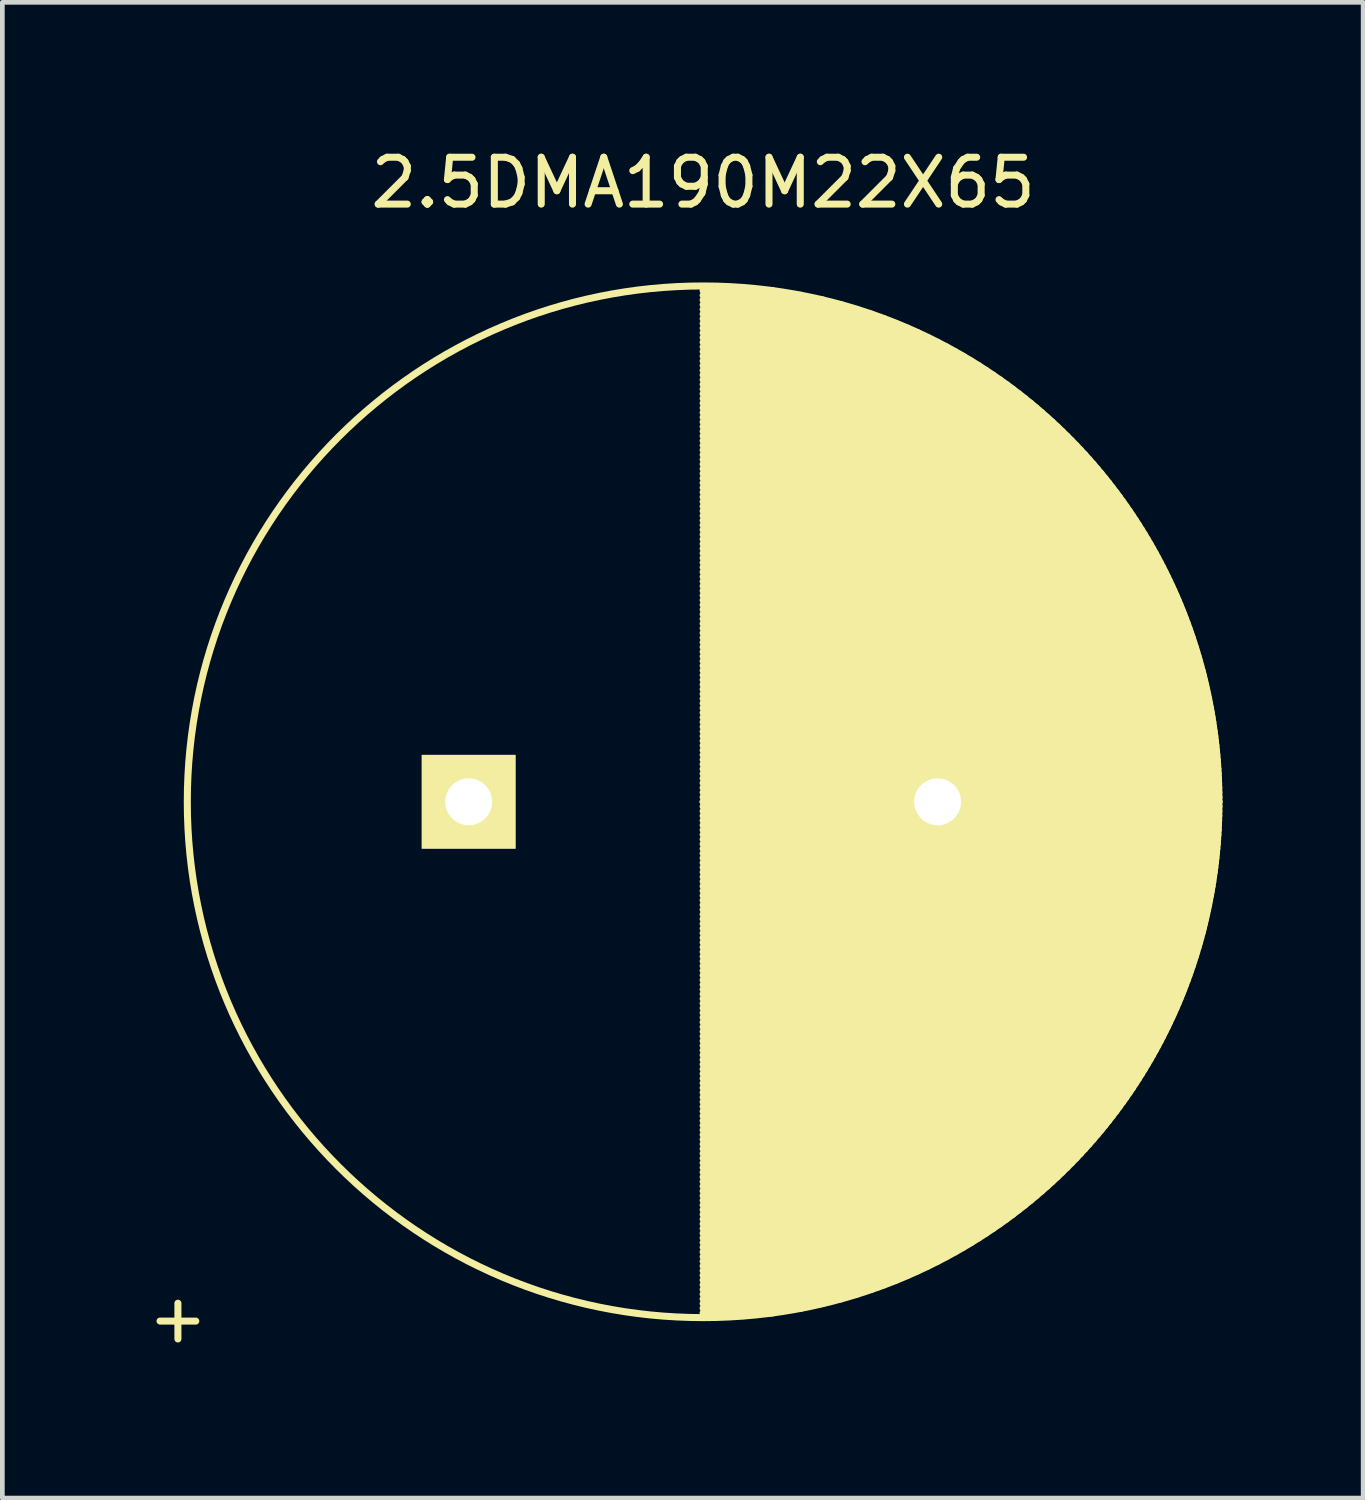
<source format=kicad_pcb>
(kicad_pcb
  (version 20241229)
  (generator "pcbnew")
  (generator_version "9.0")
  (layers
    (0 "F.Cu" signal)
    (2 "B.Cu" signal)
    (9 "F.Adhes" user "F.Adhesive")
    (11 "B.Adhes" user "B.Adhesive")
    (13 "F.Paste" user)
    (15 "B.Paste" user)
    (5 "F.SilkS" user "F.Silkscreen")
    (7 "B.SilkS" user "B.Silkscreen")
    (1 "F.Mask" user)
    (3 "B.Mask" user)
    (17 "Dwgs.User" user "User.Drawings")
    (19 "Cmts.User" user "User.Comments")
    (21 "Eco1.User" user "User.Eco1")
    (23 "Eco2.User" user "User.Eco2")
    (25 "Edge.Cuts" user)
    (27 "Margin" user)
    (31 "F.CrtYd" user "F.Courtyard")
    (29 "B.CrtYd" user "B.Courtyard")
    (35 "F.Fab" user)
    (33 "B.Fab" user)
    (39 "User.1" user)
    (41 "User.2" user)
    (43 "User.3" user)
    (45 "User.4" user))
  (footprint "2.5DMA190M22X65"
    (layer "F.Cu")
    (at 6.944 14.048)
    (property "Reference" "2.5DMA190M22X65" (at 5 -13.2 0) (layer "F.SilkS") (effects (font (size 1 1) (thickness 0.15))))
    (attr through_hole)
    (fp_line (start 5 -10.9) (end 6.48 -10.9) (stroke (width 0.15) (type solid)) (layer "F.SilkS"))
    (fp_line (start 5 -10.8) (end 7.088 -10.8) (stroke (width 0.15) (type solid)) (layer "F.SilkS"))
    (fp_line (start 5 -10.7) (end 7.551 -10.7) (stroke (width 0.15) (type solid)) (layer "F.SilkS"))
    (fp_line (start 5 -10.6) (end 7.939 -10.6) (stroke (width 0.15) (type solid)) (layer "F.SilkS"))
    (fp_line (start 5 -10.5) (end 8.279 -10.5) (stroke (width 0.15) (type solid)) (layer "F.SilkS"))
    (fp_line (start 5 -10.4) (end 8.583 -10.4) (stroke (width 0.15) (type solid)) (layer "F.SilkS"))
    (fp_line (start 5 -10.3) (end 8.861 -10.3) (stroke (width 0.15) (type solid)) (layer "F.SilkS"))
    (fp_line (start 5 -10.2) (end 9.118 -10.2) (stroke (width 0.15) (type solid)) (layer "F.SilkS"))
    (fp_line (start 5 -10.1) (end 9.358 -10.1) (stroke (width 0.15) (type solid)) (layer "F.SilkS"))
    (fp_line (start 5 -10) (end 9.583 -10) (stroke (width 0.15) (type solid)) (layer "F.SilkS"))
    (fp_line (start 5 -9.9) (end 9.795 -9.9) (stroke (width 0.15) (type solid)) (layer "F.SilkS"))
    (fp_line (start 5 -9.8) (end 9.996 -9.8) (stroke (width 0.15) (type solid)) (layer "F.SilkS"))
    (fp_line (start 5 -9.7) (end 10.187 -9.7) (stroke (width 0.15) (type solid)) (layer "F.SilkS"))
    (fp_line (start 5 -9.6) (end 10.37 -9.6) (stroke (width 0.15) (type solid)) (layer "F.SilkS"))
    (fp_line (start 5 -9.5) (end 10.545 -9.5) (stroke (width 0.15) (type solid)) (layer "F.SilkS"))
    (fp_line (start 5 -9.4) (end 10.713 -9.4) (stroke (width 0.15) (type solid)) (layer "F.SilkS"))
    (fp_line (start 5 -9.3) (end 10.875 -9.3) (stroke (width 0.15) (type solid)) (layer "F.SilkS"))
    (fp_line (start 5 -9.2) (end 11.03 -9.2) (stroke (width 0.15) (type solid)) (layer "F.SilkS"))
    (fp_line (start 5 -9.1) (end 11.18 -9.1) (stroke (width 0.15) (type solid)) (layer "F.SilkS"))
    (fp_line (start 5 -9) (end 11.325 -9) (stroke (width 0.15) (type solid)) (layer "F.SilkS"))
    (fp_line (start 5 -8.9) (end 11.465 -8.9) (stroke (width 0.15) (type solid)) (layer "F.SilkS"))
    (fp_line (start 5 -8.8) (end 11.6 -8.8) (stroke (width 0.15) (type solid)) (layer "F.SilkS"))
    (fp_line (start 5 -8.7) (end 11.731 -8.7) (stroke (width 0.15) (type solid)) (layer "F.SilkS"))
    (fp_line (start 5 -8.6) (end 11.859 -8.6) (stroke (width 0.15) (type solid)) (layer "F.SilkS"))
    (fp_line (start 5 -8.5) (end 11.982 -8.5) (stroke (width 0.15) (type solid)) (layer "F.SilkS"))
    (fp_line (start 5 -8.4) (end 12.102 -8.4) (stroke (width 0.15) (type solid)) (layer "F.SilkS"))
    (fp_line (start 5 -8.3) (end 12.219 -8.3) (stroke (width 0.15) (type solid)) (layer "F.SilkS"))
    (fp_line (start 5 -8.2) (end 12.332 -8.2) (stroke (width 0.15) (type solid)) (layer "F.SilkS"))
    (fp_line (start 5 -8.1) (end 12.442 -8.1) (stroke (width 0.15) (type solid)) (layer "F.SilkS"))
    (fp_line (start 5 -8) (end 12.55 -8) (stroke (width 0.15) (type solid)) (layer "F.SilkS"))
    (fp_line (start 5 -7.9) (end 12.654 -7.9) (stroke (width 0.15) (type solid)) (layer "F.SilkS"))
    (fp_line (start 5 -7.8) (end 12.756 -7.8) (stroke (width 0.15) (type solid)) (layer "F.SilkS"))
    (fp_line (start 5 -7.7) (end 12.856 -7.7) (stroke (width 0.15) (type solid)) (layer "F.SilkS"))
    (fp_line (start 5 -7.6) (end 12.952 -7.6) (stroke (width 0.15) (type solid)) (layer "F.SilkS"))
    (fp_line (start 5 -7.5) (end 13.047 -7.5) (stroke (width 0.15) (type solid)) (layer "F.SilkS"))
    (fp_line (start 5 -7.4) (end 13.139 -7.4) (stroke (width 0.15) (type solid)) (layer "F.SilkS"))
    (fp_line (start 5 -7.3) (end 13.229 -7.3) (stroke (width 0.15) (type solid)) (layer "F.SilkS"))
    (fp_line (start 5 -7.2) (end 13.316 -7.2) (stroke (width 0.15) (type solid)) (layer "F.SilkS"))
    (fp_line (start 5 -7.1) (end 13.402 -7.1) (stroke (width 0.15) (type solid)) (layer "F.SilkS"))
    (fp_line (start 5 -7) (end 13.485 -7) (stroke (width 0.15) (type solid)) (layer "F.SilkS"))
    (fp_line (start 5 -6.9) (end 13.567 -6.9) (stroke (width 0.15) (type solid)) (layer "F.SilkS"))
    (fp_line (start 5 -6.8) (end 13.646 -6.8) (stroke (width 0.15) (type solid)) (layer "F.SilkS"))
    (fp_line (start 5 -6.7) (end 13.724 -6.7) (stroke (width 0.15) (type solid)) (layer "F.SilkS"))
    (fp_line (start 5 -6.6) (end 13.8 -6.6) (stroke (width 0.15) (type solid)) (layer "F.SilkS"))
    (fp_line (start 5 -6.5) (end 13.874 -6.5) (stroke (width 0.15) (type solid)) (layer "F.SilkS"))
    (fp_line (start 5 -6.4) (end 13.947 -6.4) (stroke (width 0.15) (type solid)) (layer "F.SilkS"))
    (fp_line (start 5 -6.3) (end 14.017 -6.3) (stroke (width 0.15) (type solid)) (layer "F.SilkS"))
    (fp_line (start 5 -6.2) (end 14.086 -6.2) (stroke (width 0.15) (type solid)) (layer "F.SilkS"))
    (fp_line (start 5 -6.1) (end 14.154 -6.1) (stroke (width 0.15) (type solid)) (layer "F.SilkS"))
    (fp_line (start 5 -6) (end 14.22 -6) (stroke (width 0.15) (type solid)) (layer "F.SilkS"))
    (fp_line (start 5 -5.9) (end 14.284 -5.9) (stroke (width 0.15) (type solid)) (layer "F.SilkS"))
    (fp_line (start 5 -5.8) (end 14.347 -5.8) (stroke (width 0.15) (type solid)) (layer "F.SilkS"))
    (fp_line (start 5 -5.7) (end 14.408 -5.7) (stroke (width 0.15) (type solid)) (layer "F.SilkS"))
    (fp_line (start 5 -5.6) (end 14.468 -5.6) (stroke (width 0.15) (type solid)) (layer "F.SilkS"))
    (fp_line (start 5 -5.5) (end 14.526 -5.5) (stroke (width 0.15) (type solid)) (layer "F.SilkS"))
    (fp_line (start 5 -5.4) (end 14.583 -5.4) (stroke (width 0.15) (type solid)) (layer "F.SilkS"))
    (fp_line (start 5 -5.3) (end 14.639 -5.3) (stroke (width 0.15) (type solid)) (layer "F.SilkS"))
    (fp_line (start 5 -5.2) (end 14.693 -5.2) (stroke (width 0.15) (type solid)) (layer "F.SilkS"))
    (fp_line (start 5 -5.1) (end 14.746 -5.1) (stroke (width 0.15) (type solid)) (layer "F.SilkS"))
    (fp_line (start 5 -5) (end 14.798 -5) (stroke (width 0.15) (type solid)) (layer "F.SilkS"))
    (fp_line (start 5 -4.9) (end 14.848 -4.9) (stroke (width 0.15) (type solid)) (layer "F.SilkS"))
    (fp_line (start 5 -4.8) (end 14.897 -4.8) (stroke (width 0.15) (type solid)) (layer "F.SilkS"))
    (fp_line (start 5 -4.7) (end 14.945 -4.7) (stroke (width 0.15) (type solid)) (layer "F.SilkS"))
    (fp_line (start 5 -4.6) (end 14.992 -4.6) (stroke (width 0.15) (type solid)) (layer "F.SilkS"))
    (fp_line (start 5 -4.5) (end 15.037 -4.5) (stroke (width 0.15) (type solid)) (layer "F.SilkS"))
    (fp_line (start 5 -4.4) (end 15.082 -4.4) (stroke (width 0.15) (type solid)) (layer "F.SilkS"))
    (fp_line (start 5 -4.3) (end 15.125 -4.3) (stroke (width 0.15) (type solid)) (layer "F.SilkS"))
    (fp_line (start 5 -4.2) (end 15.167 -4.2) (stroke (width 0.15) (type solid)) (layer "F.SilkS"))
    (fp_line (start 5 -4.1) (end 15.207 -4.1) (stroke (width 0.15) (type solid)) (layer "F.SilkS"))
    (fp_line (start 5 -4) (end 15.247 -4) (stroke (width 0.15) (type solid)) (layer "F.SilkS"))
    (fp_line (start 5 -3.9) (end 15.285 -3.9) (stroke (width 0.15) (type solid)) (layer "F.SilkS"))
    (fp_line (start 5 -3.8) (end 15.323 -3.8) (stroke (width 0.15) (type solid)) (layer "F.SilkS"))
    (fp_line (start 5 -3.7) (end 15.359 -3.7) (stroke (width 0.15) (type solid)) (layer "F.SilkS"))
    (fp_line (start 5 -3.6) (end 15.394 -3.6) (stroke (width 0.15) (type solid)) (layer "F.SilkS"))
    (fp_line (start 5 -3.5) (end 15.428 -3.5) (stroke (width 0.15) (type solid)) (layer "F.SilkS"))
    (fp_line (start 5 -3.4) (end 15.461 -3.4) (stroke (width 0.15) (type solid)) (layer "F.SilkS"))
    (fp_line (start 5 -3.3) (end 15.493 -3.3) (stroke (width 0.15) (type solid)) (layer "F.SilkS"))
    (fp_line (start 5 -3.2) (end 15.524 -3.2) (stroke (width 0.15) (type solid)) (layer "F.SilkS"))
    (fp_line (start 5 -3.1) (end 15.554 -3.1) (stroke (width 0.15) (type solid)) (layer "F.SilkS"))
    (fp_line (start 5 -3) (end 15.583 -3) (stroke (width 0.15) (type solid)) (layer "F.SilkS"))
    (fp_line (start 5 -2.9) (end 15.611 -2.9) (stroke (width 0.15) (type solid)) (layer "F.SilkS"))
    (fp_line (start 5 -2.8) (end 15.638 -2.8) (stroke (width 0.15) (type solid)) (layer "F.SilkS"))
    (fp_line (start 5 -2.7) (end 15.663 -2.7) (stroke (width 0.15) (type solid)) (layer "F.SilkS"))
    (fp_line (start 5 -2.6) (end 15.688 -2.6) (stroke (width 0.15) (type solid)) (layer "F.SilkS"))
    (fp_line (start 5 -2.5) (end 15.712 -2.5) (stroke (width 0.15) (type solid)) (layer "F.SilkS"))
    (fp_line (start 5 -2.4) (end 15.735 -2.4) (stroke (width 0.15) (type solid)) (layer "F.SilkS"))
    (fp_line (start 5 -2.3) (end 15.757 -2.3) (stroke (width 0.15) (type solid)) (layer "F.SilkS"))
    (fp_line (start 5 -2.2) (end 15.778 -2.2) (stroke (width 0.15) (type solid)) (layer "F.SilkS"))
    (fp_line (start 5 -2.1) (end 15.798 -2.1) (stroke (width 0.15) (type solid)) (layer "F.SilkS"))
    (fp_line (start 5 -2) (end 15.817 -2) (stroke (width 0.15) (type solid)) (layer "F.SilkS"))
    (fp_line (start 5 -1.9) (end 15.835 -1.9) (stroke (width 0.15) (type solid)) (layer "F.SilkS"))
    (fp_line (start 5 -1.8) (end 15.852 -1.8) (stroke (width 0.15) (type solid)) (layer "F.SilkS"))
    (fp_line (start 5 -1.7) (end 15.868 -1.7) (stroke (width 0.15) (type solid)) (layer "F.SilkS"))
    (fp_line (start 5 -1.6) (end 15.883 -1.6) (stroke (width 0.15) (type solid)) (layer "F.SilkS"))
    (fp_line (start 5 -1.5) (end 15.897 -1.5) (stroke (width 0.15) (type solid)) (layer "F.SilkS"))
    (fp_line (start 5 -1.4) (end 15.911 -1.4) (stroke (width 0.15) (type solid)) (layer "F.SilkS"))
    (fp_line (start 5 -1.3) (end 15.923 -1.3) (stroke (width 0.15) (type solid)) (layer "F.SilkS"))
    (fp_line (start 5 -1.2) (end 15.934 -1.2) (stroke (width 0.15) (type solid)) (layer "F.SilkS"))
    (fp_line (start 5 -1.1) (end 15.945 -1.1) (stroke (width 0.15) (type solid)) (layer "F.SilkS"))
    (fp_line (start 5 -1) (end 15.954 -1) (stroke (width 0.15) (type solid)) (layer "F.SilkS"))
    (fp_line (start 5 -0.9) (end 15.963 -0.9) (stroke (width 0.15) (type solid)) (layer "F.SilkS"))
    (fp_line (start 5 -0.8) (end 15.971 -0.8) (stroke (width 0.15) (type solid)) (layer "F.SilkS"))
    (fp_line (start 5 -0.7) (end 15.978 -0.7) (stroke (width 0.15) (type solid)) (layer "F.SilkS"))
    (fp_line (start 5 -0.6) (end 15.984 -0.6) (stroke (width 0.15) (type solid)) (layer "F.SilkS"))
    (fp_line (start 5 -0.5) (end 15.989 -0.5) (stroke (width 0.15) (type solid)) (layer "F.SilkS"))
    (fp_line (start 5 -0.4) (end 15.993 -0.4) (stroke (width 0.15) (type solid)) (layer "F.SilkS"))
    (fp_line (start 5 -0.3) (end 15.996 -0.3) (stroke (width 0.15) (type solid)) (layer "F.SilkS"))
    (fp_line (start 5 -0.2) (end 15.998 -0.2) (stroke (width 0.15) (type solid)) (layer "F.SilkS"))
    (fp_line (start 5 -0.1) (end 16 -0.1) (stroke (width 0.15) (type solid)) (layer "F.SilkS"))
    (fp_line (start 5 0) (end 16 0) (stroke (width 0.15) (type solid)) (layer "F.SilkS"))
    (fp_line (start 5 0) (end 16 0) (stroke (width 0.15) (type solid)) (layer "F.SilkS"))
    (fp_line (start 5 0.1) (end 16 0.1) (stroke (width 0.15) (type solid)) (layer "F.SilkS"))
    (fp_line (start 5 0.2) (end 15.998 0.2) (stroke (width 0.15) (type solid)) (layer "F.SilkS"))
    (fp_line (start 5 0.3) (end 15.996 0.3) (stroke (width 0.15) (type solid)) (layer "F.SilkS"))
    (fp_line (start 5 0.4) (end 15.993 0.4) (stroke (width 0.15) (type solid)) (layer "F.SilkS"))
    (fp_line (start 5 0.5) (end 15.989 0.5) (stroke (width 0.15) (type solid)) (layer "F.SilkS"))
    (fp_line (start 5 0.6) (end 15.984 0.6) (stroke (width 0.15) (type solid)) (layer "F.SilkS"))
    (fp_line (start 5 0.7) (end 15.978 0.7) (stroke (width 0.15) (type solid)) (layer "F.SilkS"))
    (fp_line (start 5 0.8) (end 15.971 0.8) (stroke (width 0.15) (type solid)) (layer "F.SilkS"))
    (fp_line (start 5 0.9) (end 15.963 0.9) (stroke (width 0.15) (type solid)) (layer "F.SilkS"))
    (fp_line (start 5 1) (end 15.954 1) (stroke (width 0.15) (type solid)) (layer "F.SilkS"))
    (fp_line (start 5 1.1) (end 15.945 1.1) (stroke (width 0.15) (type solid)) (layer "F.SilkS"))
    (fp_line (start 5 1.2) (end 15.934 1.2) (stroke (width 0.15) (type solid)) (layer "F.SilkS"))
    (fp_line (start 5 1.3) (end 15.923 1.3) (stroke (width 0.15) (type solid)) (layer "F.SilkS"))
    (fp_line (start 5 1.4) (end 15.911 1.4) (stroke (width 0.15) (type solid)) (layer "F.SilkS"))
    (fp_line (start 5 1.5) (end 15.897 1.5) (stroke (width 0.15) (type solid)) (layer "F.SilkS"))
    (fp_line (start 5 1.6) (end 15.883 1.6) (stroke (width 0.15) (type solid)) (layer "F.SilkS"))
    (fp_line (start 5 1.7) (end 15.868 1.7) (stroke (width 0.15) (type solid)) (layer "F.SilkS"))
    (fp_line (start 5 1.8) (end 15.852 1.8) (stroke (width 0.15) (type solid)) (layer "F.SilkS"))
    (fp_line (start 5 1.9) (end 15.835 1.9) (stroke (width 0.15) (type solid)) (layer "F.SilkS"))
    (fp_line (start 5 2) (end 15.817 2) (stroke (width 0.15) (type solid)) (layer "F.SilkS"))
    (fp_line (start 5 2.1) (end 15.798 2.1) (stroke (width 0.15) (type solid)) (layer "F.SilkS"))
    (fp_line (start 5 2.2) (end 15.778 2.2) (stroke (width 0.15) (type solid)) (layer "F.SilkS"))
    (fp_line (start 5 2.3) (end 15.757 2.3) (stroke (width 0.15) (type solid)) (layer "F.SilkS"))
    (fp_line (start 5 2.4) (end 15.735 2.4) (stroke (width 0.15) (type solid)) (layer "F.SilkS"))
    (fp_line (start 5 2.5) (end 15.712 2.5) (stroke (width 0.15) (type solid)) (layer "F.SilkS"))
    (fp_line (start 5 2.6) (end 15.688 2.6) (stroke (width 0.15) (type solid)) (layer "F.SilkS"))
    (fp_line (start 5 2.7) (end 15.663 2.7) (stroke (width 0.15) (type solid)) (layer "F.SilkS"))
    (fp_line (start 5 2.8) (end 15.638 2.8) (stroke (width 0.15) (type solid)) (layer "F.SilkS"))
    (fp_line (start 5 2.9) (end 15.611 2.9) (stroke (width 0.15) (type solid)) (layer "F.SilkS"))
    (fp_line (start 5 3) (end 15.583 3) (stroke (width 0.15) (type solid)) (layer "F.SilkS"))
    (fp_line (start 5 3.1) (end 15.554 3.1) (stroke (width 0.15) (type solid)) (layer "F.SilkS"))
    (fp_line (start 5 3.2) (end 15.524 3.2) (stroke (width 0.15) (type solid)) (layer "F.SilkS"))
    (fp_line (start 5 3.3) (end 15.493 3.3) (stroke (width 0.15) (type solid)) (layer "F.SilkS"))
    (fp_line (start 5 3.4) (end 15.461 3.4) (stroke (width 0.15) (type solid)) (layer "F.SilkS"))
    (fp_line (start 5 3.5) (end 15.428 3.5) (stroke (width 0.15) (type solid)) (layer "F.SilkS"))
    (fp_line (start 5 3.6) (end 15.394 3.6) (stroke (width 0.15) (type solid)) (layer "F.SilkS"))
    (fp_line (start 5 3.7) (end 15.359 3.7) (stroke (width 0.15) (type solid)) (layer "F.SilkS"))
    (fp_line (start 5 3.8) (end 15.323 3.8) (stroke (width 0.15) (type solid)) (layer "F.SilkS"))
    (fp_line (start 5 3.9) (end 15.285 3.9) (stroke (width 0.15) (type solid)) (layer "F.SilkS"))
    (fp_line (start 5 4) (end 15.247 4) (stroke (width 0.15) (type solid)) (layer "F.SilkS"))
    (fp_line (start 5 4.1) (end 15.207 4.1) (stroke (width 0.15) (type solid)) (layer "F.SilkS"))
    (fp_line (start 5 4.2) (end 15.167 4.2) (stroke (width 0.15) (type solid)) (layer "F.SilkS"))
    (fp_line (start 5 4.3) (end 15.125 4.3) (stroke (width 0.15) (type solid)) (layer "F.SilkS"))
    (fp_line (start 5 4.4) (end 15.082 4.4) (stroke (width 0.15) (type solid)) (layer "F.SilkS"))
    (fp_line (start 5 4.5) (end 15.037 4.5) (stroke (width 0.15) (type solid)) (layer "F.SilkS"))
    (fp_line (start 5 4.6) (end 14.992 4.6) (stroke (width 0.15) (type solid)) (layer "F.SilkS"))
    (fp_line (start 5 4.7) (end 14.945 4.7) (stroke (width 0.15) (type solid)) (layer "F.SilkS"))
    (fp_line (start 5 4.8) (end 14.897 4.8) (stroke (width 0.15) (type solid)) (layer "F.SilkS"))
    (fp_line (start 5 4.9) (end 14.848 4.9) (stroke (width 0.15) (type solid)) (layer "F.SilkS"))
    (fp_line (start 5 5) (end 14.798 5) (stroke (width 0.15) (type solid)) (layer "F.SilkS"))
    (fp_line (start 5 5.1) (end 14.746 5.1) (stroke (width 0.15) (type solid)) (layer "F.SilkS"))
    (fp_line (start 5 5.2) (end 14.693 5.2) (stroke (width 0.15) (type solid)) (layer "F.SilkS"))
    (fp_line (start 5 5.3) (end 14.639 5.3) (stroke (width 0.15) (type solid)) (layer "F.SilkS"))
    (fp_line (start 5 5.4) (end 14.583 5.4) (stroke (width 0.15) (type solid)) (layer "F.SilkS"))
    (fp_line (start 5 5.5) (end 14.526 5.5) (stroke (width 0.15) (type solid)) (layer "F.SilkS"))
    (fp_line (start 5 5.6) (end 14.468 5.6) (stroke (width 0.15) (type solid)) (layer "F.SilkS"))
    (fp_line (start 5 5.7) (end 14.408 5.7) (stroke (width 0.15) (type solid)) (layer "F.SilkS"))
    (fp_line (start 5 5.8) (end 14.347 5.8) (stroke (width 0.15) (type solid)) (layer "F.SilkS"))
    (fp_line (start 5 5.9) (end 14.284 5.9) (stroke (width 0.15) (type solid)) (layer "F.SilkS"))
    (fp_line (start 5 6) (end 14.22 6) (stroke (width 0.15) (type solid)) (layer "F.SilkS"))
    (fp_line (start 5 6.1) (end 14.154 6.1) (stroke (width 0.15) (type solid)) (layer "F.SilkS"))
    (fp_line (start 5 6.2) (end 14.086 6.2) (stroke (width 0.15) (type solid)) (layer "F.SilkS"))
    (fp_line (start 5 6.3) (end 14.017 6.3) (stroke (width 0.15) (type solid)) (layer "F.SilkS"))
    (fp_line (start 5 6.4) (end 13.947 6.4) (stroke (width 0.15) (type solid)) (layer "F.SilkS"))
    (fp_line (start 5 6.5) (end 13.874 6.5) (stroke (width 0.15) (type solid)) (layer "F.SilkS"))
    (fp_line (start 5 6.6) (end 13.8 6.6) (stroke (width 0.15) (type solid)) (layer "F.SilkS"))
    (fp_line (start 5 6.7) (end 13.724 6.7) (stroke (width 0.15) (type solid)) (layer "F.SilkS"))
    (fp_line (start 5 6.8) (end 13.646 6.8) (stroke (width 0.15) (type solid)) (layer "F.SilkS"))
    (fp_line (start 5 6.9) (end 13.567 6.9) (stroke (width 0.15) (type solid)) (layer "F.SilkS"))
    (fp_line (start 5 7) (end 13.485 7) (stroke (width 0.15) (type solid)) (layer "F.SilkS"))
    (fp_line (start 5 7.1) (end 13.402 7.1) (stroke (width 0.15) (type solid)) (layer "F.SilkS"))
    (fp_line (start 5 7.2) (end 13.316 7.2) (stroke (width 0.15) (type solid)) (layer "F.SilkS"))
    (fp_line (start 5 7.3) (end 13.229 7.3) (stroke (width 0.15) (type solid)) (layer "F.SilkS"))
    (fp_line (start 5 7.4) (end 13.139 7.4) (stroke (width 0.15) (type solid)) (layer "F.SilkS"))
    (fp_line (start 5 7.5) (end 13.047 7.5) (stroke (width 0.15) (type solid)) (layer "F.SilkS"))
    (fp_line (start 5 7.6) (end 12.952 7.6) (stroke (width 0.15) (type solid)) (layer "F.SilkS"))
    (fp_line (start 5 7.7) (end 12.856 7.7) (stroke (width 0.15) (type solid)) (layer "F.SilkS"))
    (fp_line (start 5 7.8) (end 12.756 7.8) (stroke (width 0.15) (type solid)) (layer "F.SilkS"))
    (fp_line (start 5 7.9) (end 12.654 7.9) (stroke (width 0.15) (type solid)) (layer "F.SilkS"))
    (fp_line (start 5 8) (end 12.55 8) (stroke (width 0.15) (type solid)) (layer "F.SilkS"))
    (fp_line (start 5 8.1) (end 12.442 8.1) (stroke (width 0.15) (type solid)) (layer "F.SilkS"))
    (fp_line (start 5 8.2) (end 12.332 8.2) (stroke (width 0.15) (type solid)) (layer "F.SilkS"))
    (fp_line (start 5 8.3) (end 12.219 8.3) (stroke (width 0.15) (type solid)) (layer "F.SilkS"))
    (fp_line (start 5 8.4) (end 12.102 8.4) (stroke (width 0.15) (type solid)) (layer "F.SilkS"))
    (fp_line (start 5 8.5) (end 11.982 8.5) (stroke (width 0.15) (type solid)) (layer "F.SilkS"))
    (fp_line (start 5 8.6) (end 11.859 8.6) (stroke (width 0.15) (type solid)) (layer "F.SilkS"))
    (fp_line (start 5 8.7) (end 11.731 8.7) (stroke (width 0.15) (type solid)) (layer "F.SilkS"))
    (fp_line (start 5 8.8) (end 11.6 8.8) (stroke (width 0.15) (type solid)) (layer "F.SilkS"))
    (fp_line (start 5 8.9) (end 11.465 8.9) (stroke (width 0.15) (type solid)) (layer "F.SilkS"))
    (fp_line (start 5 9) (end 11.325 9) (stroke (width 0.15) (type solid)) (layer "F.SilkS"))
    (fp_line (start 5 9.1) (end 11.18 9.1) (stroke (width 0.15) (type solid)) (layer "F.SilkS"))
    (fp_line (start 5 9.2) (end 11.03 9.2) (stroke (width 0.15) (type solid)) (layer "F.SilkS"))
    (fp_line (start 5 9.3) (end 10.875 9.3) (stroke (width 0.15) (type solid)) (layer "F.SilkS"))
    (fp_line (start 5 9.4) (end 10.713 9.4) (stroke (width 0.15) (type solid)) (layer "F.SilkS"))
    (fp_line (start 5 9.5) (end 10.545 9.5) (stroke (width 0.15) (type solid)) (layer "F.SilkS"))
    (fp_line (start 5 9.6) (end 10.37 9.6) (stroke (width 0.15) (type solid)) (layer "F.SilkS"))
    (fp_line (start 5 9.7) (end 10.187 9.7) (stroke (width 0.15) (type solid)) (layer "F.SilkS"))
    (fp_line (start 5 9.8) (end 9.996 9.8) (stroke (width 0.15) (type solid)) (layer "F.SilkS"))
    (fp_line (start 5 9.9) (end 9.795 9.9) (stroke (width 0.15) (type solid)) (layer "F.SilkS"))
    (fp_line (start 5 10) (end 9.583 10) (stroke (width 0.15) (type solid)) (layer "F.SilkS"))
    (fp_line (start 5 10.1) (end 9.358 10.1) (stroke (width 0.15) (type solid)) (layer "F.SilkS"))
    (fp_line (start 5 10.2) (end 9.118 10.2) (stroke (width 0.15) (type solid)) (layer "F.SilkS"))
    (fp_line (start 5 10.3) (end 8.861 10.3) (stroke (width 0.15) (type solid)) (layer "F.SilkS"))
    (fp_line (start 5 10.4) (end 8.583 10.4) (stroke (width 0.15) (type solid)) (layer "F.SilkS"))
    (fp_line (start 5 10.5) (end 8.279 10.5) (stroke (width 0.15) (type solid)) (layer "F.SilkS"))
    (fp_line (start 5 10.6) (end 7.939 10.6) (stroke (width 0.15) (type solid)) (layer "F.SilkS"))
    (fp_line (start 5 10.7) (end 7.551 10.7) (stroke (width 0.15) (type solid)) (layer "F.SilkS"))
    (fp_line (start 5 10.8) (end 7.088 10.8) (stroke (width 0.15) (type solid)) (layer "F.SilkS"))
    (fp_line (start 5 10.9) (end 6.48 10.9) (stroke (width 0.15) (type solid)) (layer "F.SilkS"))
    (fp_circle (center 5 0) (end 5 -11) (stroke (width 0.15) (type solid)) (fill no) (layer "F.SilkS"))
    (fp_text user "+" (at -6.2 11 0) (layer "F.SilkS") (effects (font (size 1 1) (thickness 0.15))))
    (pad "1" thru_hole rect (at 0 0) (size 2 2) (drill 1) (layers "*.Cu" "*.Mask" "F.SilkS"))
    (pad "2" thru_hole circle (at 10 0) (size 2 2) (drill 1) (layers "*.Cu" "*.Mask" "F.SilkS")))
  (gr_rect
    (start -3 -3)
    (end 26.019 28.896)
    (stroke (width 0.1) (type default))
    (fill no)
    (layer "Edge.Cuts")))
</source>
